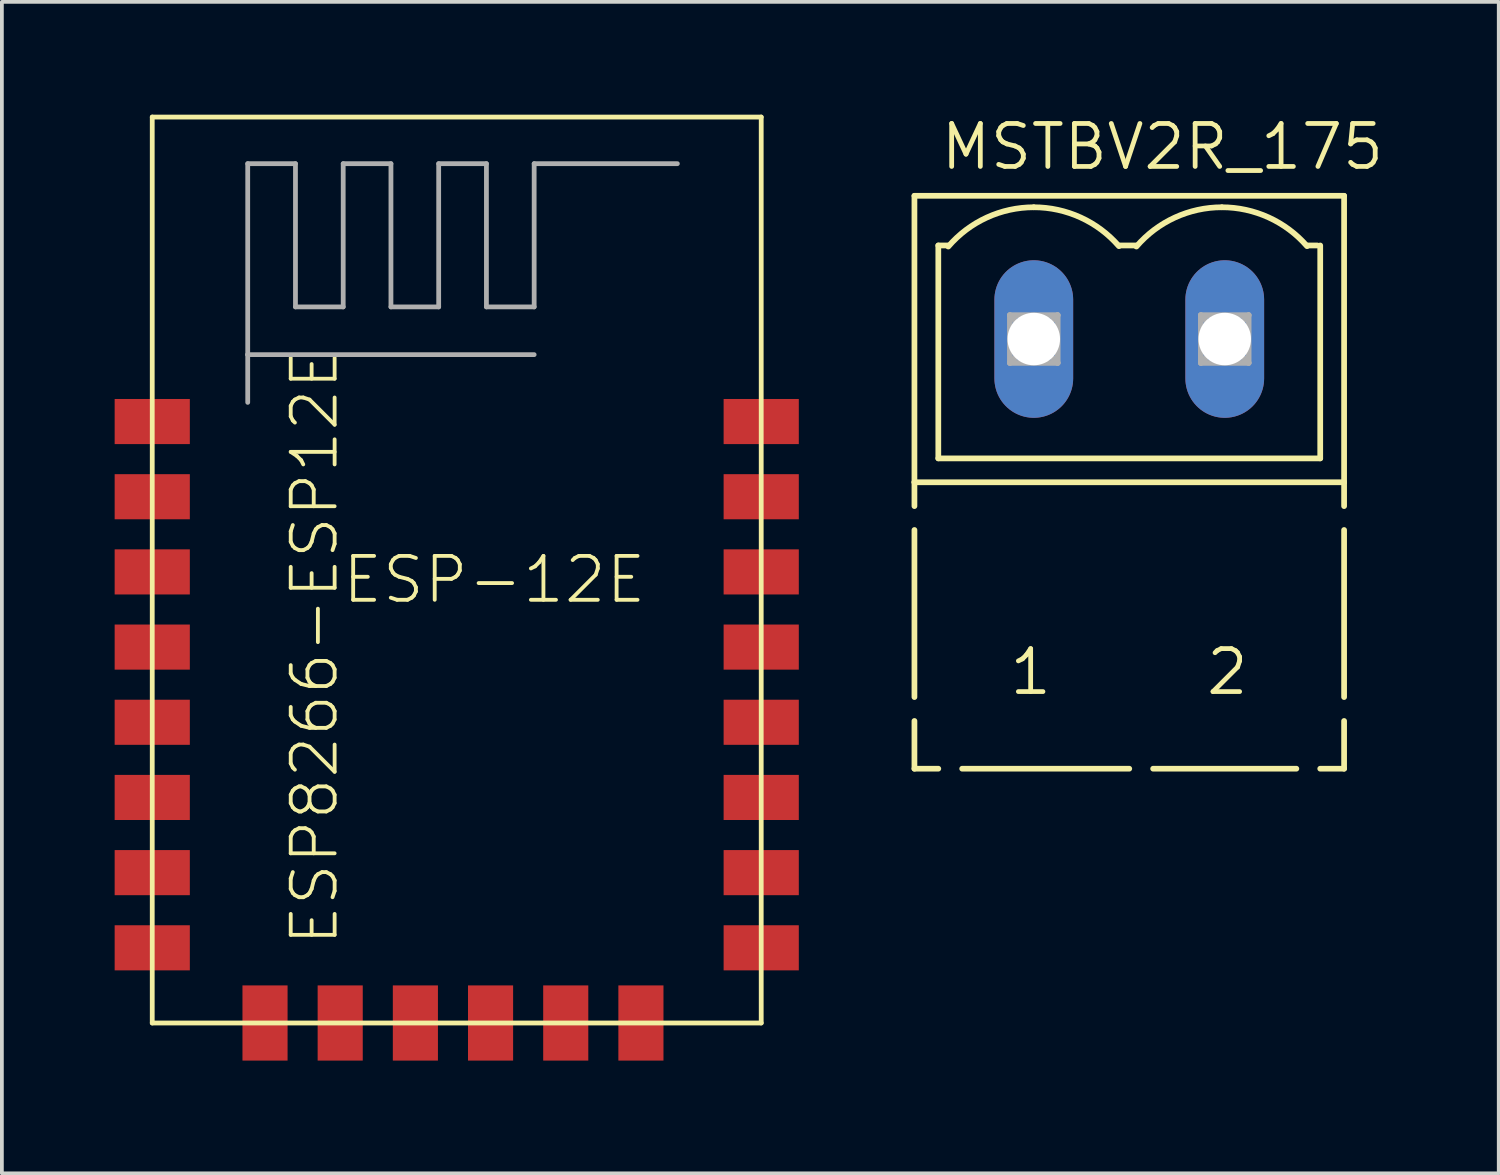
<source format=kicad_pcb>
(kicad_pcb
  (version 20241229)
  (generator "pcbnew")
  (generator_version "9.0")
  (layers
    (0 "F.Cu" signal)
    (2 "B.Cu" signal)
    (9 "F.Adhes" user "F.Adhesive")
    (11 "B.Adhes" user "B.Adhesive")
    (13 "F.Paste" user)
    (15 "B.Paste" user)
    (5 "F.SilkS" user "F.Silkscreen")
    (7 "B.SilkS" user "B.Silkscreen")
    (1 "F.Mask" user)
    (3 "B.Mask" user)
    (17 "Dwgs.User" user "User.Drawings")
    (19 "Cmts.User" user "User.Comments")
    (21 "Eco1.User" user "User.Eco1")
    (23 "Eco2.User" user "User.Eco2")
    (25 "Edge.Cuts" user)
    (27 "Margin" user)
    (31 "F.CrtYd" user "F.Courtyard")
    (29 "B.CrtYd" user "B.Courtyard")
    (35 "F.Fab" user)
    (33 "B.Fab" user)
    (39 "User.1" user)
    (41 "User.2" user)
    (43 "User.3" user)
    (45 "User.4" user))
  (footprint "MSTBV2R_175"
    (layer "F.Cu")
    (at 26.991 5.969)
    (property "Reference" "MSTBV2R_175" (at -5.08 -4.445 0) (unlocked yes) (layer "F.SilkS") (effects (font (size 1.143 1.143) (thickness 0.127)) (justify left bottom)))
    (fp_line (start -5.715 -3.81) (end -5.715 3.81) (stroke (width 0.152) (type solid)) (layer "F.SilkS"))
    (fp_line (start -5.715 4.445) (end -5.715 3.81) (stroke (width 0.152) (type solid)) (layer "F.SilkS"))
    (fp_line (start -5.715 9.525) (end -5.715 5.08) (stroke (width 0.152) (type solid)) (layer "F.SilkS"))
    (fp_line (start -5.715 11.43) (end -5.715 10.16) (stroke (width 0.152) (type solid)) (layer "F.SilkS"))
    (fp_line (start -5.08 3.175) (end -5.08 -2.489) (stroke (width 0.152) (type solid)) (layer "F.SilkS"))
    (fp_line (start -5.08 11.43) (end -5.715 11.43) (stroke (width 0.152) (type solid)) (layer "F.SilkS"))
    (fp_line (start -4.826 -2.489) (end -5.08 -2.489) (stroke (width 0.152) (type solid)) (layer "F.SilkS"))
    (fp_line (start 0 11.43) (end -4.445 11.43) (stroke (width 0.152) (type solid)) (layer "F.SilkS"))
    (fp_line (start 0.178 -2.489) (end -0.254 -2.489) (stroke (width 0.152) (type solid)) (layer "F.SilkS"))
    (fp_line (start 4.445 11.43) (end 0.635 11.43) (stroke (width 0.152) (type solid)) (layer "F.SilkS"))
    (fp_line (start 5.004 -2.489) (end 4.75 -2.489) (stroke (width 0.152) (type solid)) (layer "F.SilkS"))
    (fp_line (start 5.08 -2.489) (end 5.08 3.175) (stroke (width 0.152) (type solid)) (layer "F.SilkS"))
    (fp_line (start 5.08 3.175) (end -5.08 3.175) (stroke (width 0.152) (type solid)) (layer "F.SilkS"))
    (fp_line (start 5.715 -3.81) (end -5.715 -3.81) (stroke (width 0.152) (type solid)) (layer "F.SilkS"))
    (fp_line (start 5.715 3.81) (end -5.715 3.81) (stroke (width 0.152) (type solid)) (layer "F.SilkS"))
    (fp_line (start 5.715 3.81) (end 5.715 -3.81) (stroke (width 0.152) (type solid)) (layer "F.SilkS"))
    (fp_line (start 5.715 4.445) (end 5.715 3.81) (stroke (width 0.152) (type solid)) (layer "F.SilkS"))
    (fp_line (start 5.715 9.525) (end 5.715 5.08) (stroke (width 0.152) (type solid)) (layer "F.SilkS"))
    (fp_line (start 5.715 11.43) (end 5.08 11.43) (stroke (width 0.152) (type solid)) (layer "F.SilkS"))
    (fp_line (start 5.715 11.43) (end 5.715 10.16) (stroke (width 0.152) (type solid)) (layer "F.SilkS"))
    (fp_arc (start -4.8138 -2.4608) (mid -3.79111 -3.231677) (end -2.54 -3.5053) (stroke (width 0.1524) (type solid)) (layer "F.SilkS"))
    (fp_arc (start -2.54 -3.5052) (mid -1.295022 -3.234436) (end -0.274999 -2.471) (stroke (width 0.1524) (type solid)) (layer "F.SilkS"))
    (fp_arc (start 0.19 -2.4608) (mid 1.212699 -3.231631) (end 2.4638 -3.5052) (stroke (width 0.1524) (type solid)) (layer "F.SilkS"))
    (fp_arc (start 2.4638 -3.5052) (mid 3.708778 -3.234436) (end 4.728801 -2.470999) (stroke (width 0.1524) (type solid)) (layer "F.SilkS"))
    (fp_line (start -3.175 -0.635) (end -3.175 0.635) (stroke (width 0.152) (type solid)) (layer "F.Fab"))
    (fp_line (start -3.175 0.635) (end -1.905 0.635) (stroke (width 0.152) (type solid)) (layer "F.Fab"))
    (fp_line (start -1.905 -0.635) (end -3.175 -0.635) (stroke (width 0.152) (type solid)) (layer "F.Fab"))
    (fp_line (start -1.905 -0.635) (end -3.175 0.635) (stroke (width 0.152) (type solid)) (layer "F.Fab"))
    (fp_line (start -1.905 0.635) (end -3.175 -0.635) (stroke (width 0.152) (type solid)) (layer "F.Fab"))
    (fp_line (start -1.905 0.635) (end -1.905 -0.635) (stroke (width 0.152) (type solid)) (layer "F.Fab"))
    (fp_line (start 1.905 -0.635) (end 1.905 0.635) (stroke (width 0.152) (type solid)) (layer "F.Fab"))
    (fp_line (start 1.905 0.635) (end 3.175 0.635) (stroke (width 0.152) (type solid)) (layer "F.Fab"))
    (fp_line (start 3.175 -0.635) (end 1.905 -0.635) (stroke (width 0.152) (type solid)) (layer "F.Fab"))
    (fp_line (start 3.175 -0.635) (end 1.905 0.635) (stroke (width 0.152) (type solid)) (layer "F.Fab"))
    (fp_line (start 3.175 0.635) (end 1.905 -0.635) (stroke (width 0.152) (type solid)) (layer "F.Fab"))
    (fp_line (start 3.175 0.635) (end 3.175 -0.635) (stroke (width 0.152) (type solid)) (layer "F.Fab"))
    (fp_text user "2" (at 1.981 9.525 0) (unlocked yes) (layer "F.SilkS") (effects (font (size 1.143 1.143) (thickness 0.127)) (justify left bottom)))
    (fp_text user "1" (at -3.251 9.525 0) (unlocked yes) (layer "F.SilkS") (effects (font (size 1.143 1.143) (thickness 0.127)) (justify left bottom)))
    (pad "1" thru_hole oval (at -2.54 0 90) (size 4.191 2.095) (drill 1.397) (layers "*.Cu" "*.Mask"))
    (pad "2" thru_hole oval (at 2.54 0 90) (size 4.191 2.095) (drill 1.397) (layers "*.Cu" "*.Mask")))
  (footprint "ESP8266-ESP12E"
    (layer "F.Cu")
    (at 8.62 14.004)
    (property "Reference" "ESP8266-ESP12E" (at -2.62 8.16 90) (unlocked yes) (layer "F.SilkS") (effects (font (size 1.168 1.168) (thickness 0.102)) (justify left bottom)))
    (fp_line (start -7.62 -13.94) (end -7.62 10.16) (stroke (width 0.127) (type solid)) (layer "F.SilkS"))
    (fp_line (start -7.62 10.16) (end 8.58 10.16) (stroke (width 0.127) (type solid)) (layer "F.SilkS"))
    (fp_line (start 8.58 -13.94) (end -7.62 -13.94) (stroke (width 0.127) (type solid)) (layer "F.SilkS"))
    (fp_line (start 8.58 10.16) (end 8.58 -13.94) (stroke (width 0.127) (type solid)) (layer "F.SilkS"))
    (fp_line (start -5.08 -12.7) (end -3.81 -12.7) (stroke (width 0.127) (type solid)) (layer "F.Fab"))
    (fp_line (start -5.08 -7.62) (end -5.08 -12.7) (stroke (width 0.127) (type solid)) (layer "F.Fab"))
    (fp_line (start -5.08 -7.62) (end 2.54 -7.62) (stroke (width 0.127) (type solid)) (layer "F.Fab"))
    (fp_line (start -5.08 -6.35) (end -5.08 -7.62) (stroke (width 0.127) (type solid)) (layer "F.Fab"))
    (fp_line (start -3.81 -12.7) (end -3.81 -8.89) (stroke (width 0.127) (type solid)) (layer "F.Fab"))
    (fp_line (start -3.81 -8.89) (end -2.54 -8.89) (stroke (width 0.127) (type solid)) (layer "F.Fab"))
    (fp_line (start -2.54 -12.7) (end -1.27 -12.7) (stroke (width 0.127) (type solid)) (layer "F.Fab"))
    (fp_line (start -2.54 -8.89) (end -2.54 -12.7) (stroke (width 0.127) (type solid)) (layer "F.Fab"))
    (fp_line (start -1.27 -12.7) (end -1.27 -8.89) (stroke (width 0.127) (type solid)) (layer "F.Fab"))
    (fp_line (start -1.27 -8.89) (end 0 -8.89) (stroke (width 0.127) (type solid)) (layer "F.Fab"))
    (fp_line (start 0 -12.7) (end 1.27 -12.7) (stroke (width 0.127) (type solid)) (layer "F.Fab"))
    (fp_line (start 0 -8.89) (end 0 -12.7) (stroke (width 0.127) (type solid)) (layer "F.Fab"))
    (fp_line (start 1.27 -12.7) (end 1.27 -8.89) (stroke (width 0.127) (type solid)) (layer "F.Fab"))
    (fp_line (start 1.27 -8.89) (end 2.54 -8.89) (stroke (width 0.127) (type solid)) (layer "F.Fab"))
    (fp_line (start 2.54 -12.7) (end 6.35 -12.7) (stroke (width 0.127) (type solid)) (layer "F.Fab"))
    (fp_line (start 2.54 -8.89) (end 2.54 -12.7) (stroke (width 0.127) (type solid)) (layer "F.Fab"))
    (fp_text user "ESP-12E" (at -2.62 -0.95 0) (unlocked yes) (layer "F.SilkS") (effects (font (size 1.168 1.168) (thickness 0.102)) (justify left bottom)))
    (pad "1" smd rect (at -7.62 -5.84) (size 2 1.2) (layers "F.Cu" "F.Mask" "F.Paste"))
    (pad "2" smd rect (at -7.62 -3.84) (size 2 1.2) (layers "F.Cu" "F.Mask" "F.Paste"))
    (pad "3" smd rect (at -7.62 -1.84) (size 2 1.2) (layers "F.Cu" "F.Mask" "F.Paste"))
    (pad "4" smd rect (at -7.62 0.16) (size 2 1.2) (layers "F.Cu" "F.Mask" "F.Paste"))
    (pad "5" smd rect (at -7.62 2.16) (size 2 1.2) (layers "F.Cu" "F.Mask" "F.Paste"))
    (pad "6" smd rect (at -7.62 4.16) (size 2 1.2) (layers "F.Cu" "F.Mask" "F.Paste"))
    (pad "7" smd rect (at -7.62 6.16) (size 2 1.2) (layers "F.Cu" "F.Mask" "F.Paste"))
    (pad "8" smd rect (at -7.62 8.16) (size 2 1.2) (layers "F.Cu" "F.Mask" "F.Paste"))
    (pad "9" smd rect (at 8.58 8.16) (size 2 1.2) (layers "F.Cu" "F.Mask" "F.Paste"))
    (pad "10" smd rect (at 8.58 6.16) (size 2 1.2) (layers "F.Cu" "F.Mask" "F.Paste"))
    (pad "11" smd rect (at 8.58 4.16) (size 2 1.2) (layers "F.Cu" "F.Mask" "F.Paste"))
    (pad "12" smd rect (at 8.58 2.16) (size 2 1.2) (layers "F.Cu" "F.Mask" "F.Paste"))
    (pad "13" smd rect (at 8.58 0.16) (size 2 1.2) (layers "F.Cu" "F.Mask" "F.Paste"))
    (pad "14" smd rect (at 8.58 -1.84) (size 2 1.2) (layers "F.Cu" "F.Mask" "F.Paste"))
    (pad "15" smd rect (at 8.58 -3.84) (size 2 1.2) (layers "F.Cu" "F.Mask" "F.Paste"))
    (pad "16" smd rect (at 8.58 -5.84) (size 2 1.2) (layers "F.Cu" "F.Mask" "F.Paste"))
    (pad "17" smd rect (at -4.62 10.16 90) (size 2 1.2) (layers "F.Cu" "F.Mask" "F.Paste"))
    (pad "18" smd rect (at -2.62 10.16 90) (size 2 1.2) (layers "F.Cu" "F.Mask" "F.Paste"))
    (pad "19" smd rect (at -0.62 10.16 90) (size 2 1.2) (layers "F.Cu" "F.Mask" "F.Paste"))
    (pad "20" smd rect (at 1.38 10.16 90) (size 2 1.2) (layers "F.Cu" "F.Mask" "F.Paste"))
    (pad "21" smd rect (at 3.38 10.16 90) (size 2 1.2) (layers "F.Cu" "F.Mask" "F.Paste"))
    (pad "22" smd rect (at 5.38 10.16 90) (size 2 1.2) (layers "F.Cu" "F.Mask" "F.Paste"))
    (zone (net_name "") (layer "F.Cu") (hatch edge 0.5) (connect_pads) (min_thickness 0.25) (filled_areas_thickness no) (keepout (tracks not_allowed) (vias not_allowed) (pads not_allowed) (copperpour not_allowed) (footprints allowed)) (placement (enabled no)) (fill) (polygon (pts (xy 1 7.019) (xy 17.51 7.019) (xy 17.51 0.034) (xy 1 0.034))))
    (zone (net_name "") (layer "B.Cu") (hatch edge 0.5) (connect_pads) (min_thickness 0.25) (filled_areas_thickness no) (keepout (tracks not_allowed) (vias not_allowed) (pads not_allowed) (copperpour not_allowed) (footprints allowed)) (placement (enabled no)) (fill) (polygon (pts (xy 1 7.019) (xy 17.51 7.019) (xy 17.51 0.034) (xy 1 0.034)))))
  (gr_rect
    (start -3 -3)
    (end 36.82 28.163)
    (stroke (width 0.1) (type default))
    (fill no)
    (layer "Edge.Cuts")))
</source>
